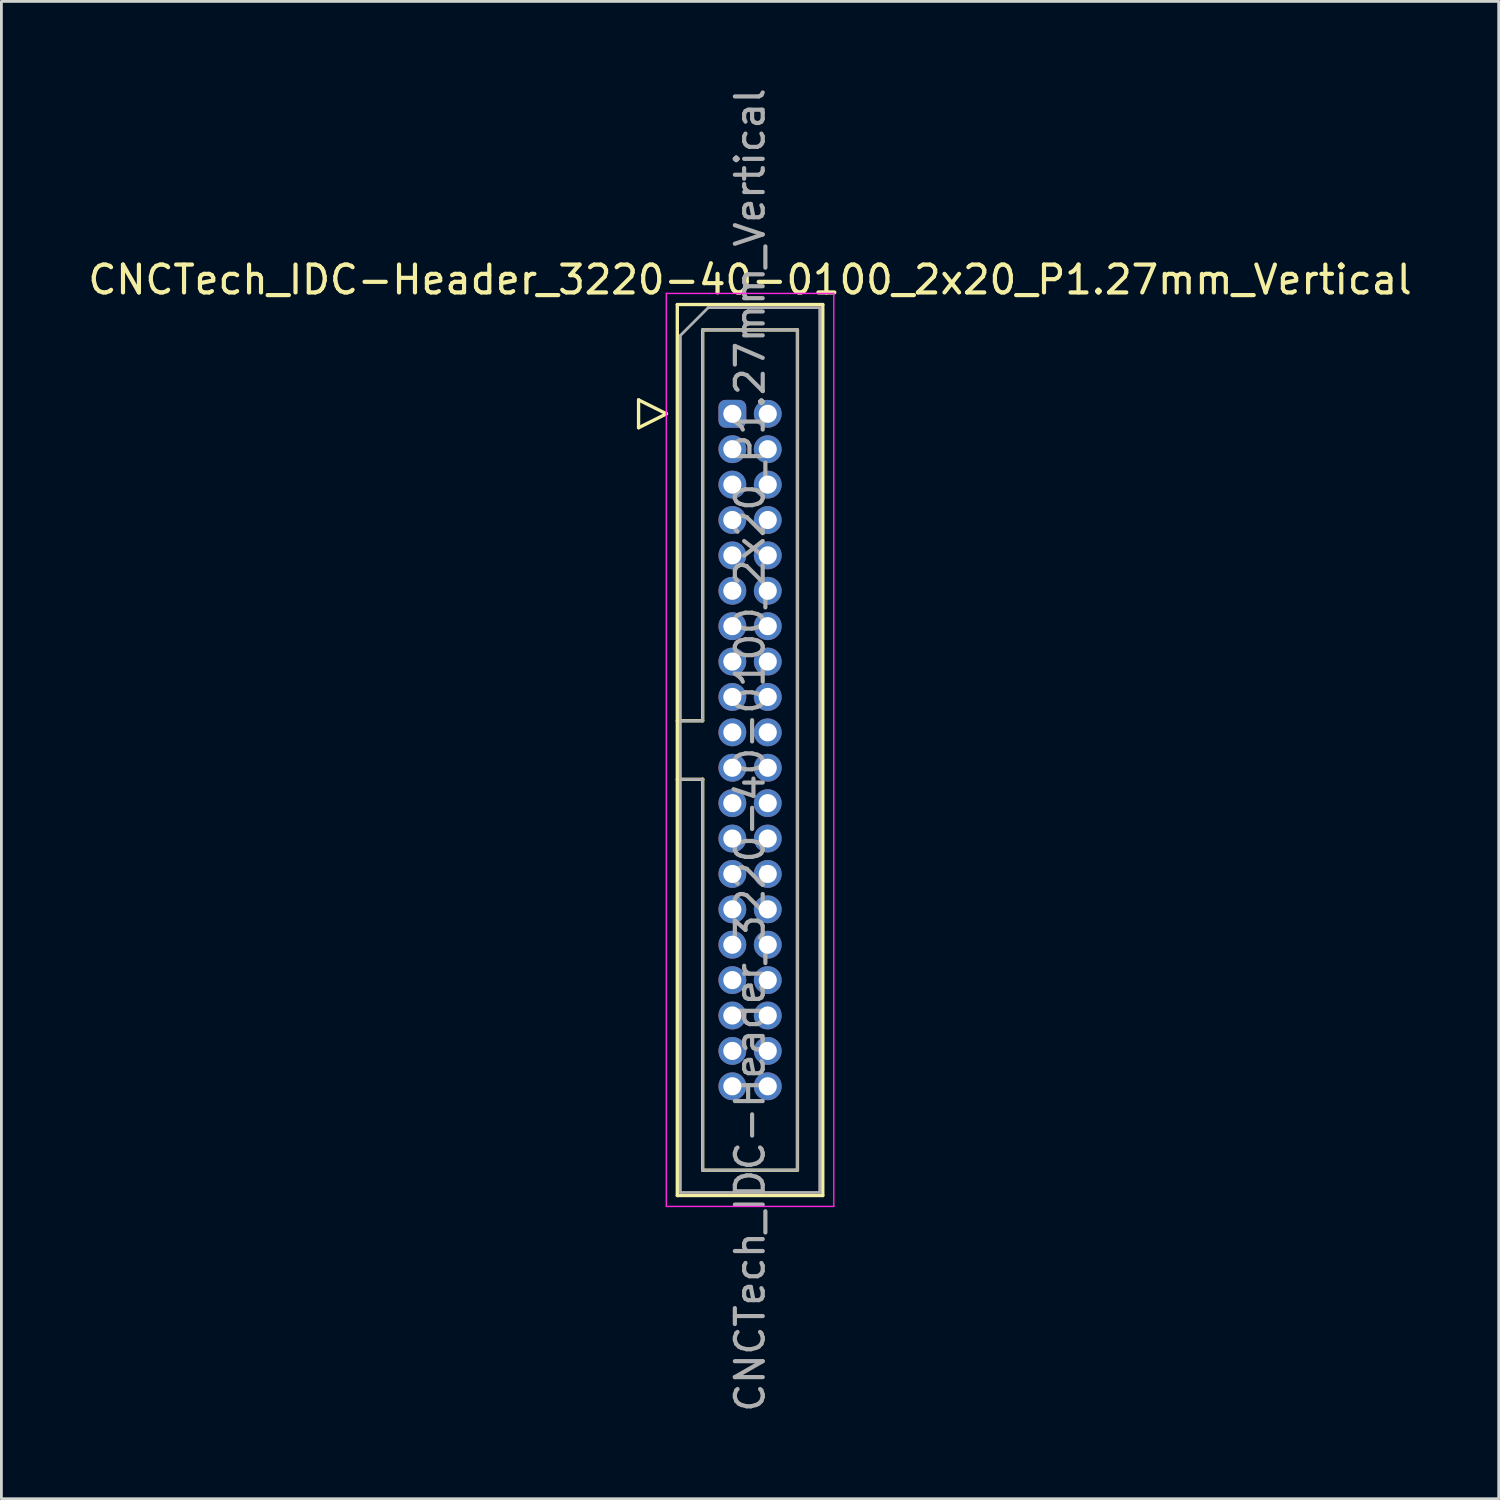
<source format=kicad_pcb>
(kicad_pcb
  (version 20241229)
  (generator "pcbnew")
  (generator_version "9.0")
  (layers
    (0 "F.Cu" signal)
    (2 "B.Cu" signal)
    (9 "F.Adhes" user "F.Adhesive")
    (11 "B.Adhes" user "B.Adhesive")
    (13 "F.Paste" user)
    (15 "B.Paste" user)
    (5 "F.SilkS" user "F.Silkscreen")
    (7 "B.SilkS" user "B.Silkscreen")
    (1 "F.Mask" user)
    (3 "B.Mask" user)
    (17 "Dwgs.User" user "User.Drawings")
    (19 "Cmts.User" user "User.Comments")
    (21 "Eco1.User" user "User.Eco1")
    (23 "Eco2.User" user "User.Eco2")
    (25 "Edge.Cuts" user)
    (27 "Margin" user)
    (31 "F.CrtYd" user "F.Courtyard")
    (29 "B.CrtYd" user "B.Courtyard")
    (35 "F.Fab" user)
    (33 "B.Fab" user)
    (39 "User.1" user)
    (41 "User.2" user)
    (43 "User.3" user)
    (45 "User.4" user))
  (footprint "CNCTech_IDC-Header_3220-40-0100_2x20_P1.27mm_Vertical"
    (layer "F.Cu")
    (at 23.228 11.798)
    (property "Reference" "CNCTech_IDC-Header_3220-40-0100_2x20_P1.27mm_Vertical" (at 0.635 -4.81 0) (layer "F.SilkS") (effects (font (size 1 1) (thickness 0.15))))
    (attr through_hole)
    (fp_line (start -3.365 -0.5) (end -3.365 0.5) (stroke (width 0.12) (type solid)) (layer "F.SilkS"))
    (fp_line (start -3.365 0.5) (end -2.365 0) (stroke (width 0.12) (type solid)) (layer "F.SilkS"))
    (fp_line (start -2.365 0) (end -3.365 -0.5) (stroke (width 0.12) (type solid)) (layer "F.SilkS"))
    (fp_line (start -1.975 -3.92) (end 3.245 -3.92) (stroke (width 0.12) (type solid)) (layer "F.SilkS"))
    (fp_line (start -1.975 11.015) (end -1.065 11.015) (stroke (width 0.12) (type solid)) (layer "F.SilkS"))
    (fp_line (start -1.975 28.05) (end -1.975 -3.92) (stroke (width 0.12) (type solid)) (layer "F.SilkS"))
    (fp_line (start -1.065 -3.01) (end 2.335 -3.01) (stroke (width 0.12) (type solid)) (layer "F.SilkS"))
    (fp_line (start -1.065 11.015) (end -1.065 -3.01) (stroke (width 0.12) (type solid)) (layer "F.SilkS"))
    (fp_line (start -1.065 13.115) (end -1.975 13.115) (stroke (width 0.12) (type solid)) (layer "F.SilkS"))
    (fp_line (start -1.065 13.115) (end -1.065 13.115) (stroke (width 0.12) (type solid)) (layer "F.SilkS"))
    (fp_line (start -1.065 27.14) (end -1.065 13.115) (stroke (width 0.12) (type solid)) (layer "F.SilkS"))
    (fp_line (start 2.335 -3.01) (end 2.335 27.14) (stroke (width 0.12) (type solid)) (layer "F.SilkS"))
    (fp_line (start 2.335 27.14) (end -1.065 27.14) (stroke (width 0.12) (type solid)) (layer "F.SilkS"))
    (fp_line (start 3.245 -3.92) (end 3.245 28.05) (stroke (width 0.12) (type solid)) (layer "F.SilkS"))
    (fp_line (start 3.245 28.05) (end -1.975 28.05) (stroke (width 0.12) (type solid)) (layer "F.SilkS"))
    (fp_line (start -2.37 -4.32) (end -2.37 28.44) (stroke (width 0.05) (type solid)) (layer "F.CrtYd"))
    (fp_line (start -2.37 28.44) (end 3.64 28.44) (stroke (width 0.05) (type solid)) (layer "F.CrtYd"))
    (fp_line (start 3.64 -4.32) (end -2.37 -4.32) (stroke (width 0.05) (type solid)) (layer "F.CrtYd"))
    (fp_line (start 3.64 28.44) (end 3.64 -4.32) (stroke (width 0.05) (type solid)) (layer "F.CrtYd"))
    (fp_line (start -1.865 -2.81) (end -0.865 -3.81) (stroke (width 0.1) (type solid)) (layer "F.Fab"))
    (fp_line (start -1.865 11.015) (end -1.065 11.015) (stroke (width 0.1) (type solid)) (layer "F.Fab"))
    (fp_line (start -1.865 27.94) (end -1.865 -2.81) (stroke (width 0.1) (type solid)) (layer "F.Fab"))
    (fp_line (start -1.065 -3.01) (end 2.335 -3.01) (stroke (width 0.1) (type solid)) (layer "F.Fab"))
    (fp_line (start -1.065 11.015) (end -1.065 -3.01) (stroke (width 0.1) (type solid)) (layer "F.Fab"))
    (fp_line (start -1.065 13.115) (end -1.865 13.115) (stroke (width 0.1) (type solid)) (layer "F.Fab"))
    (fp_line (start -1.065 13.115) (end -1.065 13.115) (stroke (width 0.1) (type solid)) (layer "F.Fab"))
    (fp_line (start -1.065 27.14) (end -1.065 13.115) (stroke (width 0.1) (type solid)) (layer "F.Fab"))
    (fp_line (start -0.865 -3.81) (end 3.135 -3.81) (stroke (width 0.1) (type solid)) (layer "F.Fab"))
    (fp_line (start 2.335 -3.01) (end 2.335 27.14) (stroke (width 0.1) (type solid)) (layer "F.Fab"))
    (fp_line (start 2.335 27.14) (end -1.065 27.14) (stroke (width 0.1) (type solid)) (layer "F.Fab"))
    (fp_line (start 3.135 -3.81) (end 3.135 27.94) (stroke (width 0.1) (type solid)) (layer "F.Fab"))
    (fp_line (start 3.135 27.94) (end -1.865 27.94) (stroke (width 0.1) (type solid)) (layer "F.Fab"))
    (fp_text user "${REFERENCE}" (at 0.635 12.065 90) (layer "F.Fab") (effects (font (size 1 1) (thickness 0.15))))
    (pad "1" thru_hole roundrect (at 0 0) (size 1 1) (drill 0.65) (layers "*.Cu" "*.Mask") (roundrect_rratio 0.25))
    (pad "2" thru_hole circle (at 1.27 0) (size 1 1) (drill 0.65) (layers "*.Cu" "*.Mask"))
    (pad "3" thru_hole circle (at 0 1.27) (size 1 1) (drill 0.65) (layers "*.Cu" "*.Mask"))
    (pad "4" thru_hole circle (at 1.27 1.27) (size 1 1) (drill 0.65) (layers "*.Cu" "*.Mask"))
    (pad "5" thru_hole circle (at 0 2.54) (size 1 1) (drill 0.65) (layers "*.Cu" "*.Mask"))
    (pad "6" thru_hole circle (at 1.27 2.54) (size 1 1) (drill 0.65) (layers "*.Cu" "*.Mask"))
    (pad "7" thru_hole circle (at 0 3.81) (size 1 1) (drill 0.65) (layers "*.Cu" "*.Mask"))
    (pad "8" thru_hole circle (at 1.27 3.81) (size 1 1) (drill 0.65) (layers "*.Cu" "*.Mask"))
    (pad "9" thru_hole circle (at 0 5.08) (size 1 1) (drill 0.65) (layers "*.Cu" "*.Mask"))
    (pad "10" thru_hole circle (at 1.27 5.08) (size 1 1) (drill 0.65) (layers "*.Cu" "*.Mask"))
    (pad "11" thru_hole circle (at 0 6.35) (size 1 1) (drill 0.65) (layers "*.Cu" "*.Mask"))
    (pad "12" thru_hole circle (at 1.27 6.35) (size 1 1) (drill 0.65) (layers "*.Cu" "*.Mask"))
    (pad "13" thru_hole circle (at 0 7.62) (size 1 1) (drill 0.65) (layers "*.Cu" "*.Mask"))
    (pad "14" thru_hole circle (at 1.27 7.62) (size 1 1) (drill 0.65) (layers "*.Cu" "*.Mask"))
    (pad "15" thru_hole circle (at 0 8.89) (size 1 1) (drill 0.65) (layers "*.Cu" "*.Mask"))
    (pad "16" thru_hole circle (at 1.27 8.89) (size 1 1) (drill 0.65) (layers "*.Cu" "*.Mask"))
    (pad "17" thru_hole circle (at 0 10.16) (size 1 1) (drill 0.65) (layers "*.Cu" "*.Mask"))
    (pad "18" thru_hole circle (at 1.27 10.16) (size 1 1) (drill 0.65) (layers "*.Cu" "*.Mask"))
    (pad "19" thru_hole circle (at 0 11.43) (size 1 1) (drill 0.65) (layers "*.Cu" "*.Mask"))
    (pad "20" thru_hole circle (at 1.27 11.43) (size 1 1) (drill 0.65) (layers "*.Cu" "*.Mask"))
    (pad "21" thru_hole circle (at 0 12.7) (size 1 1) (drill 0.65) (layers "*.Cu" "*.Mask"))
    (pad "22" thru_hole circle (at 1.27 12.7) (size 1 1) (drill 0.65) (layers "*.Cu" "*.Mask"))
    (pad "23" thru_hole circle (at 0 13.97) (size 1 1) (drill 0.65) (layers "*.Cu" "*.Mask"))
    (pad "24" thru_hole circle (at 1.27 13.97) (size 1 1) (drill 0.65) (layers "*.Cu" "*.Mask"))
    (pad "25" thru_hole circle (at 0 15.24) (size 1 1) (drill 0.65) (layers "*.Cu" "*.Mask"))
    (pad "26" thru_hole circle (at 1.27 15.24) (size 1 1) (drill 0.65) (layers "*.Cu" "*.Mask"))
    (pad "27" thru_hole circle (at 0 16.51) (size 1 1) (drill 0.65) (layers "*.Cu" "*.Mask"))
    (pad "28" thru_hole circle (at 1.27 16.51) (size 1 1) (drill 0.65) (layers "*.Cu" "*.Mask"))
    (pad "29" thru_hole circle (at 0 17.78) (size 1 1) (drill 0.65) (layers "*.Cu" "*.Mask"))
    (pad "30" thru_hole circle (at 1.27 17.78) (size 1 1) (drill 0.65) (layers "*.Cu" "*.Mask"))
    (pad "31" thru_hole circle (at 0 19.05) (size 1 1) (drill 0.65) (layers "*.Cu" "*.Mask"))
    (pad "32" thru_hole circle (at 1.27 19.05) (size 1 1) (drill 0.65) (layers "*.Cu" "*.Mask"))
    (pad "33" thru_hole circle (at 0 20.32) (size 1 1) (drill 0.65) (layers "*.Cu" "*.Mask"))
    (pad "34" thru_hole circle (at 1.27 20.32) (size 1 1) (drill 0.65) (layers "*.Cu" "*.Mask"))
    (pad "35" thru_hole circle (at 0 21.59) (size 1 1) (drill 0.65) (layers "*.Cu" "*.Mask"))
    (pad "36" thru_hole circle (at 1.27 21.59) (size 1 1) (drill 0.65) (layers "*.Cu" "*.Mask"))
    (pad "37" thru_hole circle (at 0 22.86) (size 1 1) (drill 0.65) (layers "*.Cu" "*.Mask"))
    (pad "38" thru_hole circle (at 1.27 22.86) (size 1 1) (drill 0.65) (layers "*.Cu" "*.Mask"))
    (pad "39" thru_hole circle (at 0 24.13) (size 1 1) (drill 0.65) (layers "*.Cu" "*.Mask"))
    (pad "40" thru_hole circle (at 1.27 24.13) (size 1 1) (drill 0.65) (layers "*.Cu" "*.Mask")))
  (gr_rect
    (start -3 -3)
    (end 50.726 50.726)
    (stroke (width 0.1) (type default))
    (fill no)
    (layer "Edge.Cuts")))
</source>
